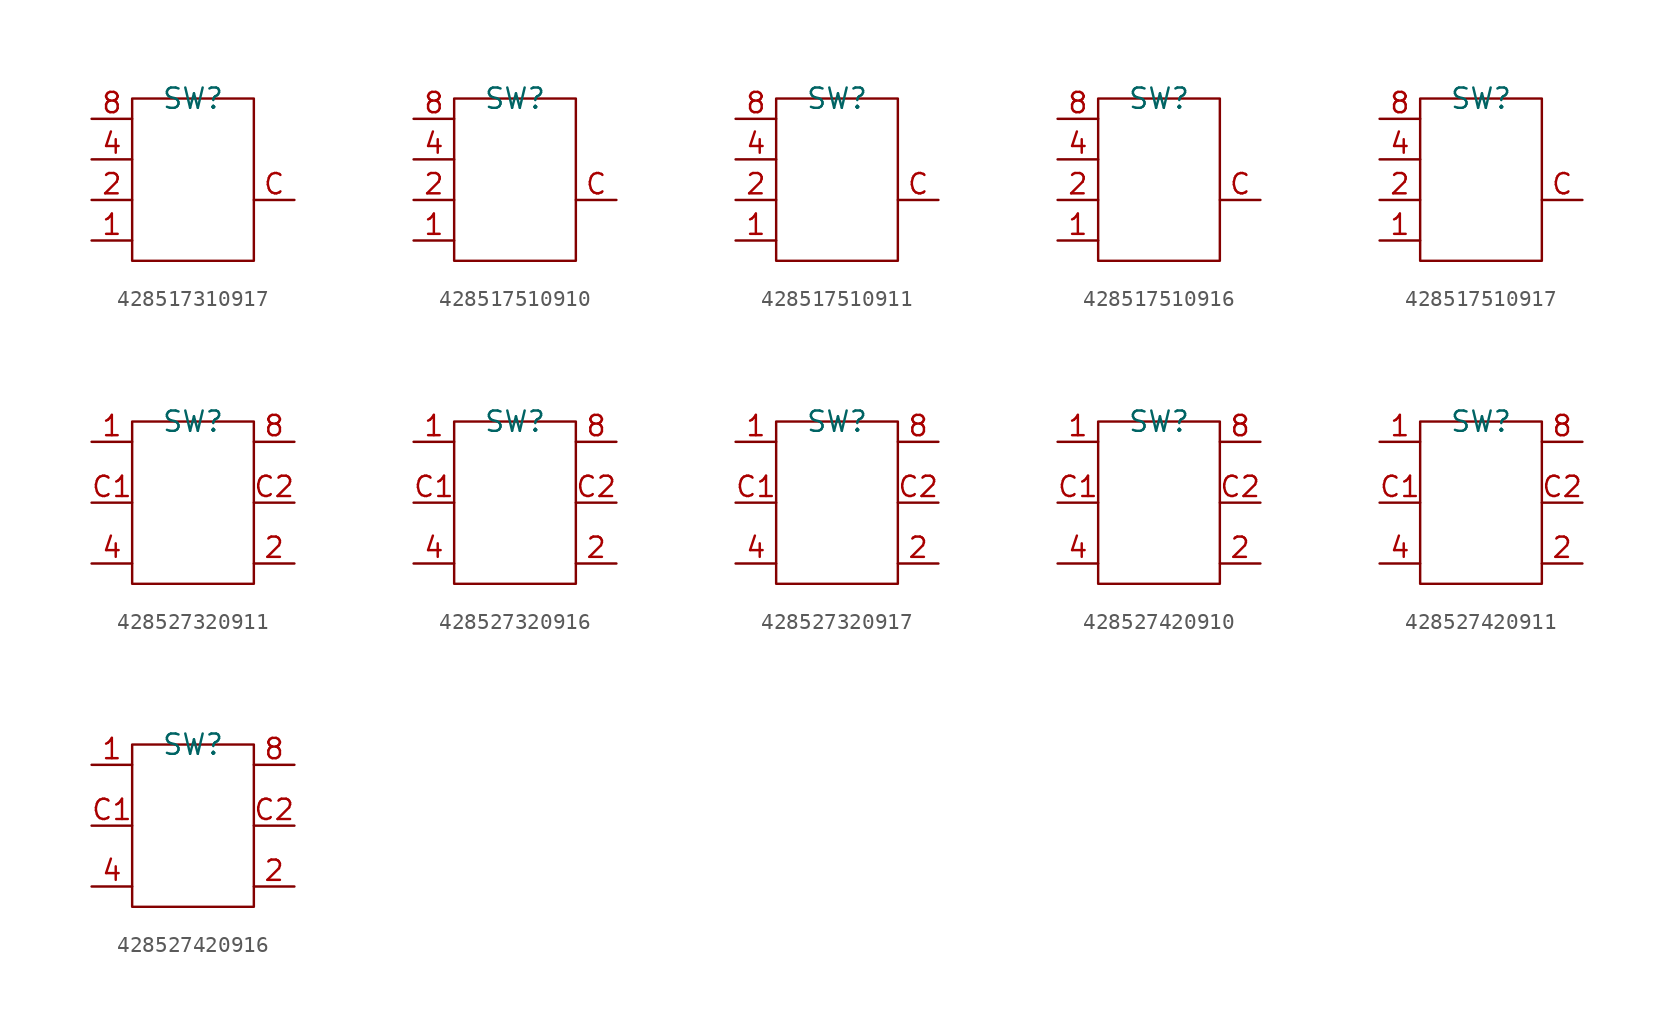
<source format=kicad_sym>
(kicad_symbol_lib
  (version 20220914)
  (generator kicad_symbol_editor)
  (symbol "428517310917"
    (pin_names hide)
    (property "Reference" "SW"
      (at 0 5.08 0)
      (effects (font (size 1.27 1.27))))
    (property "Critical Parameter" ""
      (at 0 -5.08 0)
      (effects (font (size 1.27 1.27)) (justify left)))
    (symbol "428517310917_0_1"
      (rectangle (start -3.81 5.08) (end 3.81 -5.08) (stroke (width 0) (type default)) (fill (type none))))
    (symbol "428517310917_1_1"
      (pin passive line (at -6.35 -3.81 0) (length 2.54) (name "1" (effects (font (size 1.27 1.27)))) (number "1" (effects (font (size 1.27 1.27)))))
      (pin passive line (at -6.35 -1.27 0) (length 2.54) (name "2" (effects (font (size 1.27 1.27)))) (number "2" (effects (font (size 1.27 1.27)))))
      (pin passive line (at -6.35 1.27 0) (length 2.54) (name "4" (effects (font (size 1.27 1.27)))) (number "4" (effects (font (size 1.27 1.27)))))
      (pin passive line (at -6.35 3.81 0) (length 2.54) (name "8" (effects (font (size 1.27 1.27)))) (number "8" (effects (font (size 1.27 1.27)))))
      (pin passive line (at 6.35 -1.27 180) (length 2.54) (name "C" (effects (font (size 1.27 1.27)))) (number "C" (effects (font (size 1.27 1.27)))))))
  (symbol "428517510910"
    (pin_names hide)
    (property "Reference" "SW"
      (at 0 5.08 0)
      (effects (font (size 1.27 1.27))))
    (property "Critical Parameter" ""
      (at 0 -5.08 0)
      (effects (font (size 1.27 1.27)) (justify left)))
    (symbol "428517510910_0_1"
      (rectangle (start -3.81 5.08) (end 3.81 -5.08) (stroke (width 0) (type default)) (fill (type none))))
    (symbol "428517510910_1_1"
      (pin passive line (at -6.35 -3.81 0) (length 2.54) (name "1" (effects (font (size 1.27 1.27)))) (number "1" (effects (font (size 1.27 1.27)))))
      (pin passive line (at -6.35 -1.27 0) (length 2.54) (name "2" (effects (font (size 1.27 1.27)))) (number "2" (effects (font (size 1.27 1.27)))))
      (pin passive line (at -6.35 1.27 0) (length 2.54) (name "4" (effects (font (size 1.27 1.27)))) (number "4" (effects (font (size 1.27 1.27)))))
      (pin passive line (at -6.35 3.81 0) (length 2.54) (name "8" (effects (font (size 1.27 1.27)))) (number "8" (effects (font (size 1.27 1.27)))))
      (pin passive line (at 6.35 -1.27 180) (length 2.54) (name "C" (effects (font (size 1.27 1.27)))) (number "C" (effects (font (size 1.27 1.27)))))))
  (symbol "428517510911"
    (pin_names hide)
    (property "Reference" "SW"
      (at 0 5.08 0)
      (effects (font (size 1.27 1.27))))
    (property "Critical Parameter" ""
      (at 0 -5.08 0)
      (effects (font (size 1.27 1.27)) (justify left)))
    (symbol "428517510911_0_1"
      (rectangle (start -3.81 5.08) (end 3.81 -5.08) (stroke (width 0) (type default)) (fill (type none))))
    (symbol "428517510911_1_1"
      (pin passive line (at -6.35 -3.81 0) (length 2.54) (name "1" (effects (font (size 1.27 1.27)))) (number "1" (effects (font (size 1.27 1.27)))))
      (pin passive line (at -6.35 -1.27 0) (length 2.54) (name "2" (effects (font (size 1.27 1.27)))) (number "2" (effects (font (size 1.27 1.27)))))
      (pin passive line (at -6.35 1.27 0) (length 2.54) (name "4" (effects (font (size 1.27 1.27)))) (number "4" (effects (font (size 1.27 1.27)))))
      (pin passive line (at -6.35 3.81 0) (length 2.54) (name "8" (effects (font (size 1.27 1.27)))) (number "8" (effects (font (size 1.27 1.27)))))
      (pin passive line (at 6.35 -1.27 180) (length 2.54) (name "C" (effects (font (size 1.27 1.27)))) (number "C" (effects (font (size 1.27 1.27)))))))
  (symbol "428517510916"
    (pin_names hide)
    (property "Reference" "SW"
      (at 0 5.08 0)
      (effects (font (size 1.27 1.27))))
    (property "Critical Parameter" ""
      (at 0 -5.08 0)
      (effects (font (size 1.27 1.27)) (justify left)))
    (symbol "428517510916_0_1"
      (rectangle (start -3.81 5.08) (end 3.81 -5.08) (stroke (width 0) (type default)) (fill (type none))))
    (symbol "428517510916_1_1"
      (pin passive line (at -6.35 -3.81 0) (length 2.54) (name "1" (effects (font (size 1.27 1.27)))) (number "1" (effects (font (size 1.27 1.27)))))
      (pin passive line (at -6.35 -1.27 0) (length 2.54) (name "2" (effects (font (size 1.27 1.27)))) (number "2" (effects (font (size 1.27 1.27)))))
      (pin passive line (at -6.35 1.27 0) (length 2.54) (name "4" (effects (font (size 1.27 1.27)))) (number "4" (effects (font (size 1.27 1.27)))))
      (pin passive line (at -6.35 3.81 0) (length 2.54) (name "8" (effects (font (size 1.27 1.27)))) (number "8" (effects (font (size 1.27 1.27)))))
      (pin passive line (at 6.35 -1.27 180) (length 2.54) (name "C" (effects (font (size 1.27 1.27)))) (number "C" (effects (font (size 1.27 1.27)))))))
  (symbol "428517510917"
    (pin_names hide)
    (property "Reference" "SW"
      (at 0 5.08 0)
      (effects (font (size 1.27 1.27))))
    (property "Critical Parameter" ""
      (at 0 -5.08 0)
      (effects (font (size 1.27 1.27)) (justify left)))
    (symbol "428517510917_0_1"
      (rectangle (start -3.81 5.08) (end 3.81 -5.08) (stroke (width 0) (type default)) (fill (type none))))
    (symbol "428517510917_1_1"
      (pin passive line (at -6.35 -3.81 0) (length 2.54) (name "1" (effects (font (size 1.27 1.27)))) (number "1" (effects (font (size 1.27 1.27)))))
      (pin passive line (at -6.35 -1.27 0) (length 2.54) (name "2" (effects (font (size 1.27 1.27)))) (number "2" (effects (font (size 1.27 1.27)))))
      (pin passive line (at -6.35 1.27 0) (length 2.54) (name "4" (effects (font (size 1.27 1.27)))) (number "4" (effects (font (size 1.27 1.27)))))
      (pin passive line (at -6.35 3.81 0) (length 2.54) (name "8" (effects (font (size 1.27 1.27)))) (number "8" (effects (font (size 1.27 1.27)))))
      (pin passive line (at 6.35 -1.27 180) (length 2.54) (name "C" (effects (font (size 1.27 1.27)))) (number "C" (effects (font (size 1.27 1.27)))))))
  (symbol "428527320911"
    (pin_names hide)
    (property "Reference" "SW"
      (at 0 5.08 0)
      (effects (font (size 1.27 1.27))))
    (property "Critical Parameter" ""
      (at 0 -5.08 0)
      (effects (font (size 1.27 1.27)) (justify left)))
    (symbol "428527320911_0_1"
      (rectangle (start -3.81 5.08) (end 3.81 -5.08) (stroke (width 0) (type default)) (fill (type none))))
    (symbol "428527320911_1_1"
      (pin passive line (at -6.35 3.81 0) (length 2.54) (name "1" (effects (font (size 1.27 1.27)))) (number "1" (effects (font (size 1.27 1.27)))))
      (pin passive line (at 6.35 -3.81 180) (length 2.54) (name "2" (effects (font (size 1.27 1.27)))) (number "2" (effects (font (size 1.27 1.27)))))
      (pin passive line (at -6.35 -3.81 0) (length 2.54) (name "4" (effects (font (size 1.27 1.27)))) (number "4" (effects (font (size 1.27 1.27)))))
      (pin passive line (at 6.35 3.81 180) (length 2.54) (name "8" (effects (font (size 1.27 1.27)))) (number "8" (effects (font (size 1.27 1.27)))))
      (pin passive line (at -6.35 0 0) (length 2.54) (name "C1" (effects (font (size 1.27 1.27)))) (number "C1" (effects (font (size 1.27 1.27)))))
      (pin passive line (at 6.35 0 180) (length 2.54) (name "C2" (effects (font (size 1.27 1.27)))) (number "C2" (effects (font (size 1.27 1.27)))))))
  (symbol "428527320916"
    (pin_names hide)
    (property "Reference" "SW"
      (at 0 5.08 0)
      (effects (font (size 1.27 1.27))))
    (property "Critical Parameter" ""
      (at 0 -5.08 0)
      (effects (font (size 1.27 1.27)) (justify left)))
    (symbol "428527320916_0_1"
      (rectangle (start -3.81 5.08) (end 3.81 -5.08) (stroke (width 0) (type default)) (fill (type none))))
    (symbol "428527320916_1_1"
      (pin passive line (at -6.35 3.81 0) (length 2.54) (name "1" (effects (font (size 1.27 1.27)))) (number "1" (effects (font (size 1.27 1.27)))))
      (pin passive line (at 6.35 -3.81 180) (length 2.54) (name "2" (effects (font (size 1.27 1.27)))) (number "2" (effects (font (size 1.27 1.27)))))
      (pin passive line (at -6.35 -3.81 0) (length 2.54) (name "4" (effects (font (size 1.27 1.27)))) (number "4" (effects (font (size 1.27 1.27)))))
      (pin passive line (at 6.35 3.81 180) (length 2.54) (name "8" (effects (font (size 1.27 1.27)))) (number "8" (effects (font (size 1.27 1.27)))))
      (pin passive line (at -6.35 0 0) (length 2.54) (name "C1" (effects (font (size 1.27 1.27)))) (number "C1" (effects (font (size 1.27 1.27)))))
      (pin passive line (at 6.35 0 180) (length 2.54) (name "C2" (effects (font (size 1.27 1.27)))) (number "C2" (effects (font (size 1.27 1.27)))))))
  (symbol "428527320917"
    (pin_names hide)
    (property "Reference" "SW"
      (at 0 5.08 0)
      (effects (font (size 1.27 1.27))))
    (property "Critical Parameter" ""
      (at 0 -5.08 0)
      (effects (font (size 1.27 1.27)) (justify left)))
    (symbol "428527320917_0_1"
      (rectangle (start -3.81 5.08) (end 3.81 -5.08) (stroke (width 0) (type default)) (fill (type none))))
    (symbol "428527320917_1_1"
      (pin passive line (at -6.35 3.81 0) (length 2.54) (name "1" (effects (font (size 1.27 1.27)))) (number "1" (effects (font (size 1.27 1.27)))))
      (pin passive line (at 6.35 -3.81 180) (length 2.54) (name "2" (effects (font (size 1.27 1.27)))) (number "2" (effects (font (size 1.27 1.27)))))
      (pin passive line (at -6.35 -3.81 0) (length 2.54) (name "4" (effects (font (size 1.27 1.27)))) (number "4" (effects (font (size 1.27 1.27)))))
      (pin passive line (at 6.35 3.81 180) (length 2.54) (name "8" (effects (font (size 1.27 1.27)))) (number "8" (effects (font (size 1.27 1.27)))))
      (pin passive line (at -6.35 0 0) (length 2.54) (name "C1" (effects (font (size 1.27 1.27)))) (number "C1" (effects (font (size 1.27 1.27)))))
      (pin passive line (at 6.35 0 180) (length 2.54) (name "C2" (effects (font (size 1.27 1.27)))) (number "C2" (effects (font (size 1.27 1.27)))))))
  (symbol "428527420910"
    (pin_names hide)
    (property "Reference" "SW"
      (at 0 5.08 0)
      (effects (font (size 1.27 1.27))))
    (property "Critical Parameter" ""
      (at 0 -5.08 0)
      (effects (font (size 1.27 1.27)) (justify left)))
    (symbol "428527420910_0_1"
      (rectangle (start -3.81 5.08) (end 3.81 -5.08) (stroke (width 0) (type default)) (fill (type none))))
    (symbol "428527420910_1_1"
      (pin passive line (at -6.35 3.81 0) (length 2.54) (name "1" (effects (font (size 1.27 1.27)))) (number "1" (effects (font (size 1.27 1.27)))))
      (pin passive line (at 6.35 -3.81 180) (length 2.54) (name "2" (effects (font (size 1.27 1.27)))) (number "2" (effects (font (size 1.27 1.27)))))
      (pin passive line (at -6.35 -3.81 0) (length 2.54) (name "4" (effects (font (size 1.27 1.27)))) (number "4" (effects (font (size 1.27 1.27)))))
      (pin passive line (at 6.35 3.81 180) (length 2.54) (name "8" (effects (font (size 1.27 1.27)))) (number "8" (effects (font (size 1.27 1.27)))))
      (pin passive line (at -6.35 0 0) (length 2.54) (name "C1" (effects (font (size 1.27 1.27)))) (number "C1" (effects (font (size 1.27 1.27)))))
      (pin passive line (at 6.35 0 180) (length 2.54) (name "C2" (effects (font (size 1.27 1.27)))) (number "C2" (effects (font (size 1.27 1.27)))))))
  (symbol "428527420911"
    (pin_names hide)
    (property "Reference" "SW"
      (at 0 5.08 0)
      (effects (font (size 1.27 1.27))))
    (property "Critical Parameter" ""
      (at 0 -5.08 0)
      (effects (font (size 1.27 1.27)) (justify left)))
    (symbol "428527420911_0_1"
      (rectangle (start -3.81 5.08) (end 3.81 -5.08) (stroke (width 0) (type default)) (fill (type none))))
    (symbol "428527420911_1_1"
      (pin passive line (at -6.35 3.81 0) (length 2.54) (name "1" (effects (font (size 1.27 1.27)))) (number "1" (effects (font (size 1.27 1.27)))))
      (pin passive line (at 6.35 -3.81 180) (length 2.54) (name "2" (effects (font (size 1.27 1.27)))) (number "2" (effects (font (size 1.27 1.27)))))
      (pin passive line (at -6.35 -3.81 0) (length 2.54) (name "4" (effects (font (size 1.27 1.27)))) (number "4" (effects (font (size 1.27 1.27)))))
      (pin passive line (at 6.35 3.81 180) (length 2.54) (name "8" (effects (font (size 1.27 1.27)))) (number "8" (effects (font (size 1.27 1.27)))))
      (pin passive line (at -6.35 0 0) (length 2.54) (name "C1" (effects (font (size 1.27 1.27)))) (number "C1" (effects (font (size 1.27 1.27)))))
      (pin passive line (at 6.35 0 180) (length 2.54) (name "C2" (effects (font (size 1.27 1.27)))) (number "C2" (effects (font (size 1.27 1.27)))))))
  (symbol "428527420916"
    (pin_names hide)
    (property "Reference" "SW"
      (at 0 5.08 0)
      (effects (font (size 1.27 1.27))))
    (property "Critical Parameter" ""
      (at 0 -5.08 0)
      (effects (font (size 1.27 1.27)) (justify left)))
    (symbol "428527420916_0_1"
      (rectangle (start -3.81 5.08) (end 3.81 -5.08) (stroke (width 0) (type default)) (fill (type none))))
    (symbol "428527420916_1_1"
      (pin passive line (at -6.35 3.81 0) (length 2.54) (name "1" (effects (font (size 1.27 1.27)))) (number "1" (effects (font (size 1.27 1.27)))))
      (pin passive line (at 6.35 -3.81 180) (length 2.54) (name "2" (effects (font (size 1.27 1.27)))) (number "2" (effects (font (size 1.27 1.27)))))
      (pin passive line (at -6.35 -3.81 0) (length 2.54) (name "4" (effects (font (size 1.27 1.27)))) (number "4" (effects (font (size 1.27 1.27)))))
      (pin passive line (at 6.35 3.81 180) (length 2.54) (name "8" (effects (font (size 1.27 1.27)))) (number "8" (effects (font (size 1.27 1.27)))))
      (pin passive line (at -6.35 0 0) (length 2.54) (name "C1" (effects (font (size 1.27 1.27)))) (number "C1" (effects (font (size 1.27 1.27)))))
      (pin passive line (at 6.35 0 180) (length 2.54) (name "C2" (effects (font (size 1.27 1.27)))) (number "C2" (effects (font (size 1.27 1.27))))))))
</source>
